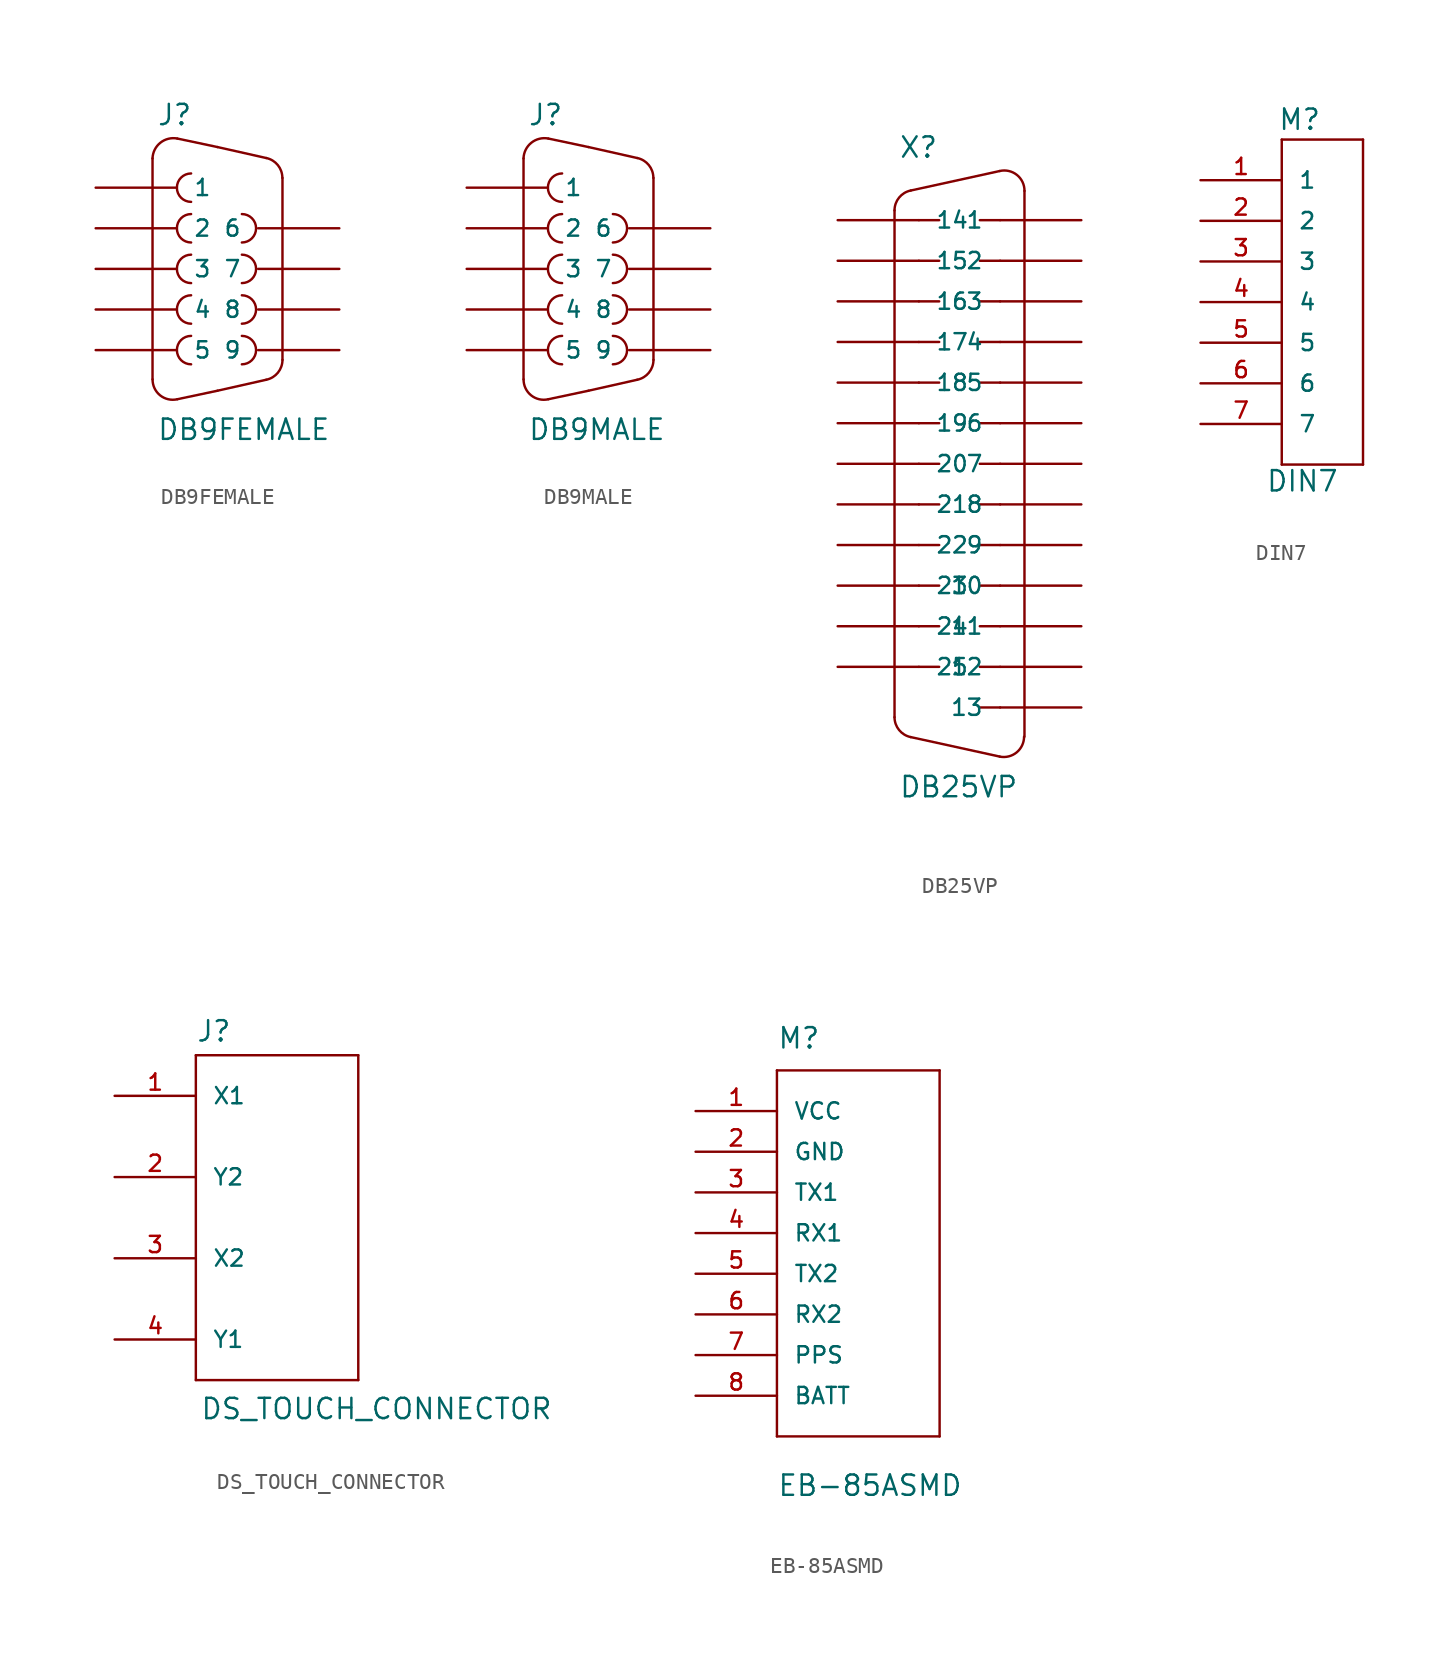
<source format=kicad_sym>
(kicad_symbol_lib
  (version 20211014)
  (generator kicad_symbol_editor)
  (symbol "DB9FEMALE"
    (pin_numbers hide)
    (pin_names
      (offset 1.016))
    (property "Reference" "J"
      (at -3.81 8.89 0)
      (effects (font (size 1.27 1.27)) (justify left bottom)))
    (property "Value" "DB9FEMALE"
      (at -3.81 -10.795 0)
      (effects (font (size 1.27 1.27)) (justify left bottom)))
    (property "Datasheet" ""
      (at 0 0 0)
      (effects (font (size 1.524 1.524))))
    (property "ki_locked" ""
      (at 0 0 0)
      (effects (font (size 1.27 1.27))))
    (symbol "DB9FEMALE_1_0"
      (polyline (pts (xy -4.064 -6.909) (xy -4.064 6.909)) (stroke (width 0) (type default) (color 0 0 0 0)) (fill (type none)))
      (polyline (pts (xy -2.515 -8.153) (xy 0 -7.62)) (stroke (width 0) (type default) (color 0 0 0 0)) (fill (type none)))
      (polyline (pts (xy -2.515 8.153) (xy 0 7.62)) (stroke (width 0) (type default) (color 0 0 0 0)) (fill (type none)))
      (polyline (pts (xy 0 -7.62) (xy 3.048 -6.934)) (stroke (width 0) (type default) (color 0 0 0 0)) (fill (type none)))
      (polyline (pts (xy 0 7.62) (xy 3.048 6.934)) (stroke (width 0) (type default) (color 0 0 0 0)) (fill (type none)))
      (polyline (pts (xy 4.064 -5.69) (xy 4.064 5.69)) (stroke (width 0) (type default) (color 0 0 0 0)) (fill (type none))))
    (symbol "DB9FEMALE_1_1"
      (arc (start -4.064 -6.9088) (mid -3.5879 -7.9122) (end -2.5146 -8.1534) (stroke (width 0) (type default) (color 0 0 0 0)) (fill (type none)))
      (arc (start -2.5146 8.1534) (mid -3.572 7.8927) (end -4.064 6.9088) (stroke (width 0) (type default) (color 0 0 0 0)) (fill (type none)))
      (arc (start -1.651 -4.191) (mid -2.54 -5.08) (end -1.651 -5.969) (stroke (width 0) (type default) (color 0 0 0 0)) (fill (type none)))
      (arc (start -1.651 -1.651) (mid -2.54 -2.54) (end -1.651 -3.429) (stroke (width 0) (type default) (color 0 0 0 0)) (fill (type none)))
      (arc (start -1.651 0.889) (mid -2.54 0) (end -1.651 -0.889) (stroke (width 0) (type default) (color 0 0 0 0)) (fill (type none)))
      (arc (start -1.651 3.429) (mid -2.54 2.54) (end -1.651 1.651) (stroke (width 0) (type default) (color 0 0 0 0)) (fill (type none)))
      (arc (start -1.651 5.969) (mid -2.54 5.08) (end -1.651 4.191) (stroke (width 0) (type default) (color 0 0 0 0)) (fill (type none)))
      (arc (start 1.524 -5.969) (mid 2.413 -5.08) (end 1.524 -4.191) (stroke (width 0) (type default) (color 0 0 0 0)) (fill (type none)))
      (arc (start 1.524 -3.429) (mid 2.413 -2.54) (end 1.524 -1.651) (stroke (width 0) (type default) (color 0 0 0 0)) (fill (type none)))
      (arc (start 1.524 -0.889) (mid 2.413 0) (end 1.524 0.889) (stroke (width 0) (type default) (color 0 0 0 0)) (fill (type none)))
      (arc (start 1.524 1.651) (mid 2.413 2.54) (end 1.524 3.429) (stroke (width 0) (type default) (color 0 0 0 0)) (fill (type none)))
      (arc (start 3.048 -6.9342) (mid 3.7779 -6.493) (end 4.064 -5.6896) (stroke (width 0) (type default) (color 0 0 0 0)) (fill (type none)))
      (arc (start 4.064 5.6896) (mid 3.7777 6.4928) (end 3.048 6.9342) (stroke (width 0) (type default) (color 0 0 0 0)) (fill (type none)))
      (pin passive line (at -7.62 5.08 0) (length 5.08) (name "1" (effects (font (size 1.016 1.016)))) (number "1" (effects (font (size 1.016 1.016)))))
      (pin passive line (at -7.62 2.54 0) (length 5.08) (name "2" (effects (font (size 1.016 1.016)))) (number "2" (effects (font (size 1.016 1.016)))))
      (pin passive line (at -7.62 0 0) (length 5.08) (name "3" (effects (font (size 1.016 1.016)))) (number "3" (effects (font (size 1.016 1.016)))))
      (pin passive line (at -7.62 -2.54 0) (length 5.08) (name "4" (effects (font (size 1.016 1.016)))) (number "4" (effects (font (size 1.016 1.016)))))
      (pin passive line (at -7.62 -5.08 0) (length 5.08) (name "5" (effects (font (size 1.016 1.016)))) (number "5" (effects (font (size 1.016 1.016)))))
      (pin passive line (at 7.62 2.54 180) (length 5.08) (name "6" (effects (font (size 1.016 1.016)))) (number "6" (effects (font (size 1.016 1.016)))))
      (pin passive line (at 7.62 0 180) (length 5.08) (name "7" (effects (font (size 1.016 1.016)))) (number "7" (effects (font (size 1.016 1.016)))))
      (pin passive line (at 7.62 -2.54 180) (length 5.08) (name "8" (effects (font (size 1.016 1.016)))) (number "8" (effects (font (size 1.016 1.016)))))
      (pin passive line (at 7.62 -5.08 180) (length 5.08) (name "9" (effects (font (size 1.016 1.016)))) (number "9" (effects (font (size 1.016 1.016)))))))
  (symbol "DB9MALE"
    (pin_numbers hide)
    (pin_names
      (offset 1.016))
    (property "Reference" "J"
      (at -3.81 8.89 0)
      (effects (font (size 1.27 1.27)) (justify left bottom)))
    (property "Value" "DB9MALE"
      (at -3.81 -10.795 0)
      (effects (font (size 1.27 1.27)) (justify left bottom)))
    (property "Datasheet" ""
      (at 0 0 0)
      (effects (font (size 1.524 1.524))))
    (property "ki_locked" ""
      (at 0 0 0)
      (effects (font (size 1.27 1.27))))
    (symbol "DB9MALE_1_0"
      (polyline (pts (xy -4.064 -6.909) (xy -4.064 6.909)) (stroke (width 0) (type default) (color 0 0 0 0)) (fill (type none)))
      (polyline (pts (xy -2.515 -8.153) (xy 0 -7.62)) (stroke (width 0) (type default) (color 0 0 0 0)) (fill (type none)))
      (polyline (pts (xy -2.515 8.153) (xy 0 7.62)) (stroke (width 0) (type default) (color 0 0 0 0)) (fill (type none)))
      (polyline (pts (xy 0 -7.62) (xy 3.048 -6.934)) (stroke (width 0) (type default) (color 0 0 0 0)) (fill (type none)))
      (polyline (pts (xy 0 7.62) (xy 3.048 6.934)) (stroke (width 0) (type default) (color 0 0 0 0)) (fill (type none)))
      (polyline (pts (xy 4.064 -5.69) (xy 4.064 5.69)) (stroke (width 0) (type default) (color 0 0 0 0)) (fill (type none))))
    (symbol "DB9MALE_1_1"
      (arc (start -4.064 -6.9088) (mid -3.5879 -7.9122) (end -2.5146 -8.1534) (stroke (width 0) (type default) (color 0 0 0 0)) (fill (type none)))
      (arc (start -2.5146 8.1534) (mid -3.572 7.8927) (end -4.064 6.9088) (stroke (width 0) (type default) (color 0 0 0 0)) (fill (type none)))
      (arc (start -1.651 -4.191) (mid -2.54 -5.08) (end -1.651 -5.969) (stroke (width 0) (type default) (color 0 0 0 0)) (fill (type none)))
      (arc (start -1.651 -1.651) (mid -2.54 -2.54) (end -1.651 -3.429) (stroke (width 0) (type default) (color 0 0 0 0)) (fill (type none)))
      (arc (start -1.651 0.889) (mid -2.54 0) (end -1.651 -0.889) (stroke (width 0) (type default) (color 0 0 0 0)) (fill (type none)))
      (arc (start -1.651 3.429) (mid -2.54 2.54) (end -1.651 1.651) (stroke (width 0) (type default) (color 0 0 0 0)) (fill (type none)))
      (arc (start -1.651 5.969) (mid -2.54 5.08) (end -1.651 4.191) (stroke (width 0) (type default) (color 0 0 0 0)) (fill (type none)))
      (arc (start 1.524 -5.969) (mid 2.413 -5.08) (end 1.524 -4.191) (stroke (width 0) (type default) (color 0 0 0 0)) (fill (type none)))
      (arc (start 1.524 -3.429) (mid 2.413 -2.54) (end 1.524 -1.651) (stroke (width 0) (type default) (color 0 0 0 0)) (fill (type none)))
      (arc (start 1.524 -0.889) (mid 2.413 0) (end 1.524 0.889) (stroke (width 0) (type default) (color 0 0 0 0)) (fill (type none)))
      (arc (start 1.524 1.651) (mid 2.413 2.54) (end 1.524 3.429) (stroke (width 0) (type default) (color 0 0 0 0)) (fill (type none)))
      (arc (start 3.048 -6.9342) (mid 3.7779 -6.493) (end 4.064 -5.6896) (stroke (width 0) (type default) (color 0 0 0 0)) (fill (type none)))
      (arc (start 4.064 5.6896) (mid 3.7777 6.4928) (end 3.048 6.9342) (stroke (width 0) (type default) (color 0 0 0 0)) (fill (type none)))
      (pin passive line (at -7.62 5.08 0) (length 5.08) (name "1" (effects (font (size 1.016 1.016)))) (number "1" (effects (font (size 1.016 1.016)))))
      (pin passive line (at -7.62 2.54 0) (length 5.08) (name "2" (effects (font (size 1.016 1.016)))) (number "2" (effects (font (size 1.016 1.016)))))
      (pin passive line (at -7.62 0 0) (length 5.08) (name "3" (effects (font (size 1.016 1.016)))) (number "3" (effects (font (size 1.016 1.016)))))
      (pin passive line (at -7.62 -2.54 0) (length 5.08) (name "4" (effects (font (size 1.016 1.016)))) (number "4" (effects (font (size 1.016 1.016)))))
      (pin passive line (at -7.62 -5.08 0) (length 5.08) (name "5" (effects (font (size 1.016 1.016)))) (number "5" (effects (font (size 1.016 1.016)))))
      (pin passive line (at 7.62 2.54 180) (length 5.08) (name "6" (effects (font (size 1.016 1.016)))) (number "6" (effects (font (size 1.016 1.016)))))
      (pin passive line (at 7.62 0 180) (length 5.08) (name "7" (effects (font (size 1.016 1.016)))) (number "7" (effects (font (size 1.016 1.016)))))
      (pin passive line (at 7.62 -2.54 180) (length 5.08) (name "8" (effects (font (size 1.016 1.016)))) (number "8" (effects (font (size 1.016 1.016)))))
      (pin passive line (at 7.62 -5.08 180) (length 5.08) (name "9" (effects (font (size 1.016 1.016)))) (number "9" (effects (font (size 1.016 1.016)))))))
  (symbol "DB25VP"
    (pin_numbers hide)
    (pin_names
      (offset 1.016))
    (property "Reference" "X"
      (at -3.81 16.51 0)
      (effects (font (size 1.27 1.27)) (justify left bottom)))
    (property "Value" "DB25VP"
      (at -3.81 -23.495 0)
      (effects (font (size 1.27 1.27)) (justify left bottom)))
    (property "Datasheet" ""
      (at 0 0 0)
      (effects (font (size 1.524 1.524))))
    (property "ki_locked" ""
      (at 0 0 0)
      (effects (font (size 1.27 1.27))))
    (symbol "DB25VP_1_0"
      (polyline (pts (xy -4.064 13.31) (xy -4.064 -18.39)) (stroke (width 0) (type default) (color 0 0 0 0)) (fill (type none)))
      (polyline (pts (xy -2.54 -15.24) (xy -1.27 -15.24)) (stroke (width 0) (type default) (color 0 0 0 0)) (fill (type none)))
      (polyline (pts (xy -2.54 -12.7) (xy -1.27 -12.7)) (stroke (width 0) (type default) (color 0 0 0 0)) (fill (type none)))
      (polyline (pts (xy -2.54 -10.16) (xy -1.27 -10.16)) (stroke (width 0) (type default) (color 0 0 0 0)) (fill (type none)))
      (polyline (pts (xy -2.54 -7.62) (xy -1.27 -7.62)) (stroke (width 0) (type default) (color 0 0 0 0)) (fill (type none)))
      (polyline (pts (xy -2.54 -5.08) (xy -1.27 -5.08)) (stroke (width 0) (type default) (color 0 0 0 0)) (fill (type none)))
      (polyline (pts (xy -2.54 -2.54) (xy -1.27 -2.54)) (stroke (width 0) (type default) (color 0 0 0 0)) (fill (type none)))
      (polyline (pts (xy -2.54 0) (xy -1.27 0)) (stroke (width 0) (type default) (color 0 0 0 0)) (fill (type none)))
      (polyline (pts (xy -2.54 2.54) (xy -1.27 2.54)) (stroke (width 0) (type default) (color 0 0 0 0)) (fill (type none)))
      (polyline (pts (xy -2.54 5.08) (xy -1.27 5.08)) (stroke (width 0) (type default) (color 0 0 0 0)) (fill (type none)))
      (polyline (pts (xy -2.54 7.62) (xy -1.27 7.62)) (stroke (width 0) (type default) (color 0 0 0 0)) (fill (type none)))
      (polyline (pts (xy -2.54 10.16) (xy -1.27 10.16)) (stroke (width 0) (type default) (color 0 0 0 0)) (fill (type none)))
      (polyline (pts (xy -2.54 12.7) (xy -1.27 12.7)) (stroke (width 0) (type default) (color 0 0 0 0)) (fill (type none)))
      (polyline (pts (xy 1.27 -17.78) (xy 2.54 -17.78)) (stroke (width 0) (type default) (color 0 0 0 0)) (fill (type none)))
      (polyline (pts (xy 1.27 -15.24) (xy 2.54 -15.24)) (stroke (width 0) (type default) (color 0 0 0 0)) (fill (type none)))
      (polyline (pts (xy 1.27 -12.7) (xy 2.54 -12.7)) (stroke (width 0) (type default) (color 0 0 0 0)) (fill (type none)))
      (polyline (pts (xy 1.27 -10.16) (xy 2.54 -10.16)) (stroke (width 0) (type default) (color 0 0 0 0)) (fill (type none)))
      (polyline (pts (xy 1.27 -7.62) (xy 2.54 -7.62)) (stroke (width 0) (type default) (color 0 0 0 0)) (fill (type none)))
      (polyline (pts (xy 1.27 -5.08) (xy 2.54 -5.08)) (stroke (width 0) (type default) (color 0 0 0 0)) (fill (type none)))
      (polyline (pts (xy 1.27 -2.54) (xy 2.54 -2.54)) (stroke (width 0) (type default) (color 0 0 0 0)) (fill (type none)))
      (polyline (pts (xy 1.27 0) (xy 2.54 0)) (stroke (width 0) (type default) (color 0 0 0 0)) (fill (type none)))
      (polyline (pts (xy 1.27 2.54) (xy 2.54 2.54)) (stroke (width 0) (type default) (color 0 0 0 0)) (fill (type none)))
      (polyline (pts (xy 1.27 5.08) (xy 2.54 5.08)) (stroke (width 0) (type default) (color 0 0 0 0)) (fill (type none)))
      (polyline (pts (xy 1.27 7.62) (xy 2.54 7.62)) (stroke (width 0) (type default) (color 0 0 0 0)) (fill (type none)))
      (polyline (pts (xy 1.27 10.16) (xy 2.54 10.16)) (stroke (width 0) (type default) (color 0 0 0 0)) (fill (type none)))
      (polyline (pts (xy 1.27 12.7) (xy 2.54 12.7)) (stroke (width 0) (type default) (color 0 0 0 0)) (fill (type none)))
      (polyline (pts (xy 2.515 -20.853) (xy -3.048 -19.634)) (stroke (width 0) (type default) (color 0 0 0 0)) (fill (type none)))
      (polyline (pts (xy 2.515 15.773) (xy -3.048 14.554)) (stroke (width 0) (type default) (color 0 0 0 0)) (fill (type none)))
      (polyline (pts (xy 4.064 14.529) (xy 4.064 -19.609)) (stroke (width 0) (type default) (color 0 0 0 0)) (fill (type none))))
    (symbol "DB25VP_1_1"
      (arc (start -4.064 -18.3896) (mid -3.7777 -19.1928) (end -3.048 -19.6342) (stroke (width 0) (type default) (color 0 0 0 0)) (fill (type none)))
      (arc (start -3.048 14.5542) (mid -3.7779 14.113) (end -4.064 13.3096) (stroke (width 0) (type default) (color 0 0 0 0)) (fill (type none)))
      (arc (start 2.5146 -20.8534) (mid 3.572 -20.5927) (end 4.0386 -19.6088) (stroke (width 0) (type default) (color 0 0 0 0)) (fill (type none)))
      (arc (start 4.064 14.5288) (mid 3.5879 15.5322) (end 2.5146 15.7734) (stroke (width 0) (type default) (color 0 0 0 0)) (fill (type none)))
      (pin passive line (at 7.62 12.7 180) (length 5.08) (name "1" (effects (font (size 1.016 1.016)))) (number "1" (effects (font (size 1.016 1.016)))))
      (pin passive line (at 7.62 -10.16 180) (length 5.08) (name "10" (effects (font (size 1.016 1.016)))) (number "10" (effects (font (size 1.016 1.016)))))
      (pin passive line (at 7.62 -12.7 180) (length 5.08) (name "11" (effects (font (size 1.016 1.016)))) (number "11" (effects (font (size 1.016 1.016)))))
      (pin passive line (at 7.62 -15.24 180) (length 5.08) (name "12" (effects (font (size 1.016 1.016)))) (number "12" (effects (font (size 1.016 1.016)))))
      (pin passive line (at 7.62 -17.78 180) (length 5.08) (name "13" (effects (font (size 1.016 1.016)))) (number "13" (effects (font (size 1.016 1.016)))))
      (pin passive line (at -7.62 12.7 0) (length 5.08) (name "14" (effects (font (size 1.016 1.016)))) (number "14" (effects (font (size 1.016 1.016)))))
      (pin passive line (at -7.62 10.16 0) (length 5.08) (name "15" (effects (font (size 1.016 1.016)))) (number "15" (effects (font (size 1.016 1.016)))))
      (pin passive line (at -7.62 7.62 0) (length 5.08) (name "16" (effects (font (size 1.016 1.016)))) (number "16" (effects (font (size 1.016 1.016)))))
      (pin passive line (at -7.62 5.08 0) (length 5.08) (name "17" (effects (font (size 1.016 1.016)))) (number "17" (effects (font (size 1.016 1.016)))))
      (pin passive line (at -7.62 2.54 0) (length 5.08) (name "18" (effects (font (size 1.016 1.016)))) (number "18" (effects (font (size 1.016 1.016)))))
      (pin passive line (at -7.62 0 0) (length 5.08) (name "19" (effects (font (size 1.016 1.016)))) (number "19" (effects (font (size 1.016 1.016)))))
      (pin passive line (at 7.62 10.16 180) (length 5.08) (name "2" (effects (font (size 1.016 1.016)))) (number "2" (effects (font (size 1.016 1.016)))))
      (pin passive line (at -7.62 -2.54 0) (length 5.08) (name "20" (effects (font (size 1.016 1.016)))) (number "20" (effects (font (size 1.016 1.016)))))
      (pin passive line (at -7.62 -5.08 0) (length 5.08) (name "21" (effects (font (size 1.016 1.016)))) (number "21" (effects (font (size 1.016 1.016)))))
      (pin passive line (at -7.62 -7.62 0) (length 5.08) (name "22" (effects (font (size 1.016 1.016)))) (number "22" (effects (font (size 1.016 1.016)))))
      (pin passive line (at -7.62 -10.16 0) (length 5.08) (name "23" (effects (font (size 1.016 1.016)))) (number "23" (effects (font (size 1.016 1.016)))))
      (pin passive line (at -7.62 -12.7 0) (length 5.08) (name "24" (effects (font (size 1.016 1.016)))) (number "24" (effects (font (size 1.016 1.016)))))
      (pin passive line (at -7.62 -15.24 0) (length 5.08) (name "25" (effects (font (size 1.016 1.016)))) (number "25" (effects (font (size 1.016 1.016)))))
      (pin passive line (at 7.62 7.62 180) (length 5.08) (name "3" (effects (font (size 1.016 1.016)))) (number "3" (effects (font (size 1.016 1.016)))))
      (pin passive line (at 7.62 5.08 180) (length 5.08) (name "4" (effects (font (size 1.016 1.016)))) (number "4" (effects (font (size 1.016 1.016)))))
      (pin passive line (at 7.62 2.54 180) (length 5.08) (name "5" (effects (font (size 1.016 1.016)))) (number "5" (effects (font (size 1.016 1.016)))))
      (pin passive line (at 7.62 0 180) (length 5.08) (name "6" (effects (font (size 1.016 1.016)))) (number "6" (effects (font (size 1.016 1.016)))))
      (pin passive line (at 7.62 -2.54 180) (length 5.08) (name "7" (effects (font (size 1.016 1.016)))) (number "7" (effects (font (size 1.016 1.016)))))
      (pin passive line (at 7.62 -5.08 180) (length 5.08) (name "8" (effects (font (size 1.016 1.016)))) (number "8" (effects (font (size 1.016 1.016)))))
      (pin passive line (at 7.62 -7.62 180) (length 5.08) (name "9" (effects (font (size 1.016 1.016)))) (number "9" (effects (font (size 1.016 1.016)))))))
  (symbol "DIN7"
    (pin_names
      (offset 1.016))
    (property "Reference" "M"
      (at -5.334 10.668 0)
      (effects (font (size 1.27 1.27)) (justify left bottom)))
    (property "Value" "DIN7"
      (at -6.096 -11.938 0)
      (effects (font (size 1.27 1.27)) (justify left bottom)))
    (property "Datasheet" ""
      (at 0 0 0)
      (effects (font (size 1.524 1.524))))
    (property "ki_locked" ""
      (at 0 0 0)
      (effects (font (size 1.27 1.27))))
    (symbol "DIN7_1_0"
      (polyline (pts (xy -5.08 -10.16) (xy 0 -10.16)) (stroke (width 0) (type default) (color 0 0 0 0)) (fill (type none)))
      (polyline (pts (xy -5.08 10.16) (xy -5.08 -10.16)) (stroke (width 0) (type default) (color 0 0 0 0)) (fill (type none)))
      (polyline (pts (xy 0 -10.16) (xy 0 10.16)) (stroke (width 0) (type default) (color 0 0 0 0)) (fill (type none)))
      (polyline (pts (xy 0 10.16) (xy -5.08 10.16)) (stroke (width 0) (type default) (color 0 0 0 0)) (fill (type none))))
    (symbol "DIN7_1_1"
      (pin bidirectional line (at -10.16 7.62 0) (length 5.08) (name "1" (effects (font (size 1.016 1.016)))) (number "1" (effects (font (size 1.016 1.016)))))
      (pin bidirectional line (at -10.16 5.08 0) (length 5.08) (name "2" (effects (font (size 1.016 1.016)))) (number "2" (effects (font (size 1.016 1.016)))))
      (pin bidirectional line (at -10.16 2.54 0) (length 5.08) (name "3" (effects (font (size 1.016 1.016)))) (number "3" (effects (font (size 1.016 1.016)))))
      (pin bidirectional line (at -10.16 0 0) (length 5.08) (name "4" (effects (font (size 1.016 1.016)))) (number "4" (effects (font (size 1.016 1.016)))))
      (pin bidirectional line (at -10.16 -2.54 0) (length 5.08) (name "5" (effects (font (size 1.016 1.016)))) (number "5" (effects (font (size 1.016 1.016)))))
      (pin bidirectional line (at -10.16 -5.08 0) (length 5.08) (name "6" (effects (font (size 1.016 1.016)))) (number "6" (effects (font (size 1.016 1.016)))))
      (pin bidirectional line (at -10.16 -7.62 0) (length 5.08) (name "7" (effects (font (size 1.016 1.016)))) (number "7" (effects (font (size 1.016 1.016)))))))
  (symbol "DS_TOUCH_CONNECTOR"
    (pin_names
      (offset 1.016))
    (property "Reference" "J"
      (at -5.08 10.922 0)
      (effects (font (size 1.27 1.27)) (justify left bottom)))
    (property "Value" "DS_TOUCH_CONNECTOR"
      (at -4.826 -12.7 0)
      (effects (font (size 1.27 1.27)) (justify left bottom)))
    (property "Datasheet" ""
      (at 0 0 0)
      (effects (font (size 1.524 1.524))))
    (property "ki_locked" ""
      (at 0 0 0)
      (effects (font (size 1.27 1.27))))
    (symbol "DS_TOUCH_CONNECTOR_1_0"
      (polyline (pts (xy -5.08 -10.16) (xy 5.08 -10.16)) (stroke (width 0) (type default) (color 0 0 0 0)) (fill (type none)))
      (polyline (pts (xy -5.08 10.16) (xy -5.08 -10.16)) (stroke (width 0) (type default) (color 0 0 0 0)) (fill (type none)))
      (polyline (pts (xy 5.08 -10.16) (xy 5.08 10.16)) (stroke (width 0) (type default) (color 0 0 0 0)) (fill (type none)))
      (polyline (pts (xy 5.08 10.16) (xy -5.08 10.16)) (stroke (width 0) (type default) (color 0 0 0 0)) (fill (type none))))
    (symbol "DS_TOUCH_CONNECTOR_1_1"
      (pin bidirectional line (at -10.16 7.62 0) (length 5.08) (name "X1" (effects (font (size 1.016 1.016)))) (number "1" (effects (font (size 1.016 1.016)))))
      (pin bidirectional line (at -10.16 2.54 0) (length 5.08) (name "Y2" (effects (font (size 1.016 1.016)))) (number "2" (effects (font (size 1.016 1.016)))))
      (pin bidirectional line (at -10.16 -2.54 0) (length 5.08) (name "X2" (effects (font (size 1.016 1.016)))) (number "3" (effects (font (size 1.016 1.016)))))
      (pin bidirectional line (at -10.16 -7.62 0) (length 5.08) (name "Y1" (effects (font (size 1.016 1.016)))) (number "4" (effects (font (size 1.016 1.016)))))))
  (symbol "EB-85ASMD"
    (pin_names
      (offset 1.016))
    (property "Reference" "M"
      (at -5.08 13.97 0)
      (effects (font (size 1.27 1.27)) (justify left bottom)))
    (property "Value" "EB-85ASMD"
      (at -5.08 -13.97 0)
      (effects (font (size 1.27 1.27)) (justify left bottom)))
    (property "Datasheet" ""
      (at 0 0 0)
      (effects (font (size 1.524 1.524))))
    (property "ki_locked" ""
      (at 0 0 0)
      (effects (font (size 1.27 1.27))))
    (symbol "EB-85ASMD_1_0"
      (polyline (pts (xy -5.08 -10.16) (xy -5.08 12.7)) (stroke (width 0) (type default) (color 0 0 0 0)) (fill (type none)))
      (polyline (pts (xy -5.08 12.7) (xy 5.08 12.7)) (stroke (width 0) (type default) (color 0 0 0 0)) (fill (type none)))
      (polyline (pts (xy 5.08 -10.16) (xy -5.08 -10.16)) (stroke (width 0) (type default) (color 0 0 0 0)) (fill (type none)))
      (polyline (pts (xy 5.08 12.7) (xy 5.08 -10.16)) (stroke (width 0) (type default) (color 0 0 0 0)) (fill (type none))))
    (symbol "EB-85ASMD_1_1"
      (pin power_in line (at -10.16 10.16 0) (length 5.08) (name "VCC" (effects (font (size 1.016 1.016)))) (number "1" (effects (font (size 1.016 1.016)))))
      (pin power_in line (at -10.16 7.62 0) (length 5.08) (name "GND" (effects (font (size 1.016 1.016)))) (number "2" (effects (font (size 1.016 1.016)))))
      (pin output line (at -10.16 5.08 0) (length 5.08) (name "TX1" (effects (font (size 1.016 1.016)))) (number "3" (effects (font (size 1.016 1.016)))))
      (pin input line (at -10.16 2.54 0) (length 5.08) (name "RX1" (effects (font (size 1.016 1.016)))) (number "4" (effects (font (size 1.016 1.016)))))
      (pin output line (at -10.16 0 0) (length 5.08) (name "TX2" (effects (font (size 1.016 1.016)))) (number "5" (effects (font (size 1.016 1.016)))))
      (pin input line (at -10.16 -2.54 0) (length 5.08) (name "RX2" (effects (font (size 1.016 1.016)))) (number "6" (effects (font (size 1.016 1.016)))))
      (pin output line (at -10.16 -5.08 0) (length 5.08) (name "PPS" (effects (font (size 1.016 1.016)))) (number "7" (effects (font (size 1.016 1.016)))))
      (pin power_in line (at -10.16 -7.62 0) (length 5.08) (name "BATT" (effects (font (size 1.016 1.016)))) (number "8" (effects (font (size 1.016 1.016))))))))
</source>
